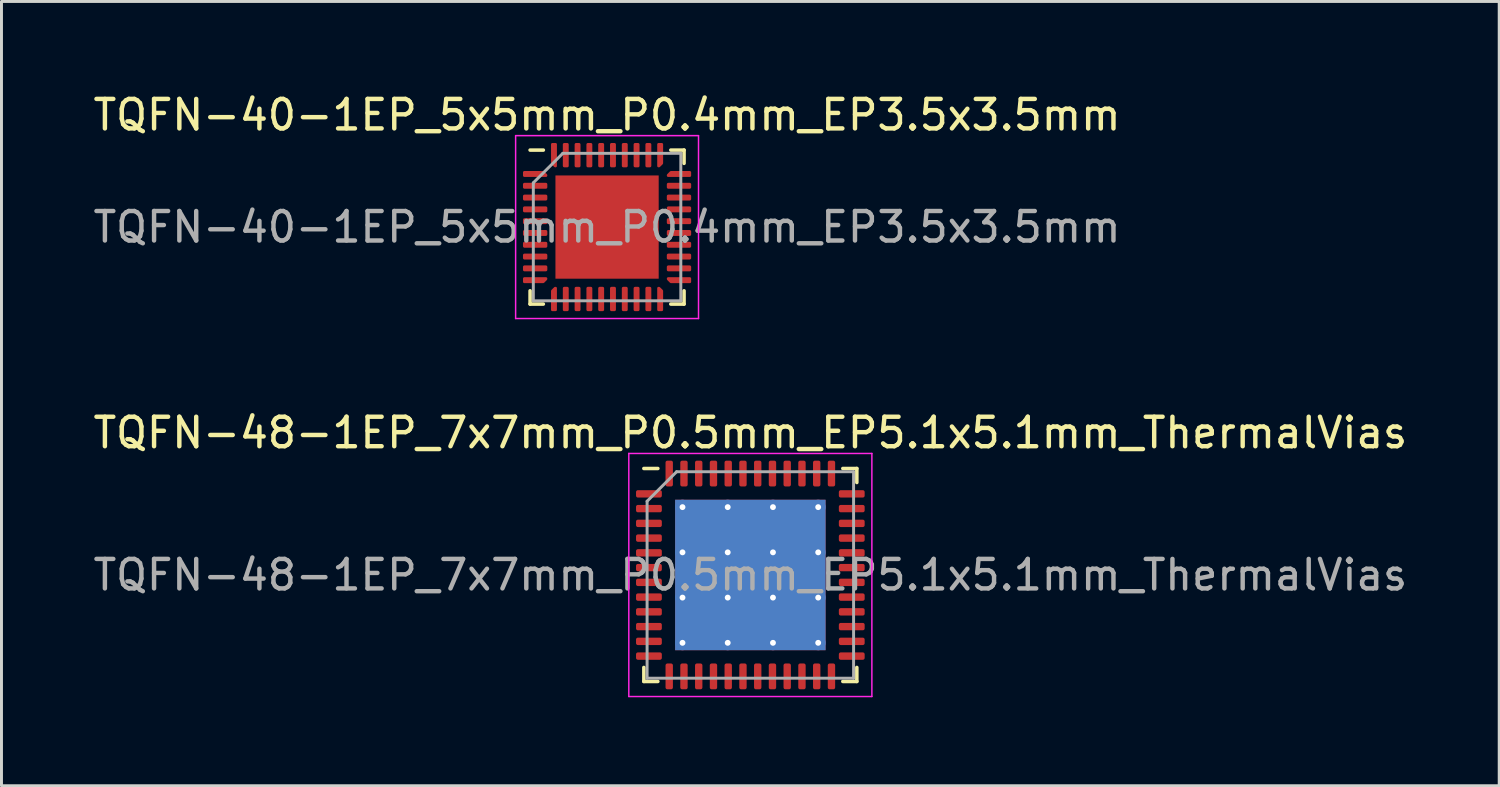
<source format=kicad_pcb>
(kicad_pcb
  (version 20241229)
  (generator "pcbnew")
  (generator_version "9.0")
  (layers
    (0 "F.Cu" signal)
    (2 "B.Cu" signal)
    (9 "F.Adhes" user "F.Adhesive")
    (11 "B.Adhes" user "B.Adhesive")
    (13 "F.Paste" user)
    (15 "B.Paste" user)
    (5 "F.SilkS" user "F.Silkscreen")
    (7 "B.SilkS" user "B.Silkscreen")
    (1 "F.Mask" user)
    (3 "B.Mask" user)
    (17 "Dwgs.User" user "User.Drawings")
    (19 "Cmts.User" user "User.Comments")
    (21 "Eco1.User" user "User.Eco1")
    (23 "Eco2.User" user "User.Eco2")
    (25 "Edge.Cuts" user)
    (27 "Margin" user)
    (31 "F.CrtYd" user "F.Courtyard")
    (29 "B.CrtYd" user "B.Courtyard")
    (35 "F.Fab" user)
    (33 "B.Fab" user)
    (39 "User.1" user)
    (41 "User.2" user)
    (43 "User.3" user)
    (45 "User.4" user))
  (footprint "TQFN-48-1EP_7x7mm_P0.5mm_EP5.1x5.1mm_ThermalVias"
    (layer "F.Cu")
    (at 22.387 16.442)
    (property "Reference" "TQFN-48-1EP_7x7mm_P0.5mm_EP5.1x5.1mm_ThermalVias" (at 0 -4.82 0) (layer "F.SilkS") (effects (font (size 1 1) (thickness 0.15))))
    (attr smd)
    (fp_line (start -3.61 3.61) (end -3.61 3.135) (stroke (width 0.12) (type solid)) (layer "F.SilkS"))
    (fp_line (start -3.135 -3.61) (end -3.61 -3.61) (stroke (width 0.12) (type solid)) (layer "F.SilkS"))
    (fp_line (start -3.135 3.61) (end -3.61 3.61) (stroke (width 0.12) (type solid)) (layer "F.SilkS"))
    (fp_line (start 3.135 -3.61) (end 3.61 -3.61) (stroke (width 0.12) (type solid)) (layer "F.SilkS"))
    (fp_line (start 3.135 3.61) (end 3.61 3.61) (stroke (width 0.12) (type solid)) (layer "F.SilkS"))
    (fp_line (start 3.61 -3.61) (end 3.61 -3.135) (stroke (width 0.12) (type solid)) (layer "F.SilkS"))
    (fp_line (start 3.61 3.61) (end 3.61 3.135) (stroke (width 0.12) (type solid)) (layer "F.SilkS"))
    (fp_line (start -4.12 -4.12) (end -4.12 4.12) (stroke (width 0.05) (type solid)) (layer "F.CrtYd"))
    (fp_line (start -4.12 4.12) (end 4.12 4.12) (stroke (width 0.05) (type solid)) (layer "F.CrtYd"))
    (fp_line (start 4.12 -4.12) (end -4.12 -4.12) (stroke (width 0.05) (type solid)) (layer "F.CrtYd"))
    (fp_line (start 4.12 4.12) (end 4.12 -4.12) (stroke (width 0.05) (type solid)) (layer "F.CrtYd"))
    (fp_line (start -3.5 -2.5) (end -2.5 -3.5) (stroke (width 0.1) (type solid)) (layer "F.Fab"))
    (fp_line (start -3.5 3.5) (end -3.5 -2.5) (stroke (width 0.1) (type solid)) (layer "F.Fab"))
    (fp_line (start -2.5 -3.5) (end 3.5 -3.5) (stroke (width 0.1) (type solid)) (layer "F.Fab"))
    (fp_line (start 3.5 -3.5) (end 3.5 3.5) (stroke (width 0.1) (type solid)) (layer "F.Fab"))
    (fp_line (start 3.5 3.5) (end -3.5 3.5) (stroke (width 0.1) (type solid)) (layer "F.Fab"))
    (fp_text user "${REFERENCE}" (at 0 0 0) (layer "F.Fab") (effects (font (size 1 1) (thickness 0.15))))
    (pad "" smd roundrect (at -1.7 -1.7) (size 1.47 1.47) (layers "F.Paste") (roundrect_rratio 0.17))
    (pad "" smd roundrect (at -1.7 0) (size 1.47 1.47) (layers "F.Paste") (roundrect_rratio 0.17))
    (pad "" smd roundrect (at -1.7 1.7) (size 1.47 1.47) (layers "F.Paste") (roundrect_rratio 0.17))
    (pad "" smd roundrect (at 0 -1.7) (size 1.47 1.47) (layers "F.Paste") (roundrect_rratio 0.17))
    (pad "" smd roundrect (at 0 0) (size 1.47 1.47) (layers "F.Paste") (roundrect_rratio 0.17))
    (pad "" smd roundrect (at 0 1.7) (size 1.47 1.47) (layers "F.Paste") (roundrect_rratio 0.17))
    (pad "" smd roundrect (at 1.7 -1.7) (size 1.47 1.47) (layers "F.Paste") (roundrect_rratio 0.17))
    (pad "" smd roundrect (at 1.7 0) (size 1.47 1.47) (layers "F.Paste") (roundrect_rratio 0.17))
    (pad "" smd roundrect (at 1.7 1.7) (size 1.47 1.47) (layers "F.Paste") (roundrect_rratio 0.17))
    (pad "1" smd roundrect (at -3.438 -2.75) (size 0.875 0.25) (layers "F.Cu" "F.Mask" "F.Paste") (roundrect_rratio 0.25))
    (pad "2" smd roundrect (at -3.438 -2.25) (size 0.875 0.25) (layers "F.Cu" "F.Mask" "F.Paste") (roundrect_rratio 0.25))
    (pad "3" smd roundrect (at -3.438 -1.75) (size 0.875 0.25) (layers "F.Cu" "F.Mask" "F.Paste") (roundrect_rratio 0.25))
    (pad "4" smd roundrect (at -3.438 -1.25) (size 0.875 0.25) (layers "F.Cu" "F.Mask" "F.Paste") (roundrect_rratio 0.25))
    (pad "5" smd roundrect (at -3.438 -0.75) (size 0.875 0.25) (layers "F.Cu" "F.Mask" "F.Paste") (roundrect_rratio 0.25))
    (pad "6" smd roundrect (at -3.438 -0.25) (size 0.875 0.25) (layers "F.Cu" "F.Mask" "F.Paste") (roundrect_rratio 0.25))
    (pad "7" smd roundrect (at -3.438 0.25) (size 0.875 0.25) (layers "F.Cu" "F.Mask" "F.Paste") (roundrect_rratio 0.25))
    (pad "8" smd roundrect (at -3.438 0.75) (size 0.875 0.25) (layers "F.Cu" "F.Mask" "F.Paste") (roundrect_rratio 0.25))
    (pad "9" smd roundrect (at -3.438 1.25) (size 0.875 0.25) (layers "F.Cu" "F.Mask" "F.Paste") (roundrect_rratio 0.25))
    (pad "10" smd roundrect (at -3.438 1.75) (size 0.875 0.25) (layers "F.Cu" "F.Mask" "F.Paste") (roundrect_rratio 0.25))
    (pad "11" smd roundrect (at -3.438 2.25) (size 0.875 0.25) (layers "F.Cu" "F.Mask" "F.Paste") (roundrect_rratio 0.25))
    (pad "12" smd roundrect (at -3.438 2.75) (size 0.875 0.25) (layers "F.Cu" "F.Mask" "F.Paste") (roundrect_rratio 0.25))
    (pad "13" smd roundrect (at -2.75 3.438) (size 0.25 0.875) (layers "F.Cu" "F.Mask" "F.Paste") (roundrect_rratio 0.25))
    (pad "14" smd roundrect (at -2.25 3.438) (size 0.25 0.875) (layers "F.Cu" "F.Mask" "F.Paste") (roundrect_rratio 0.25))
    (pad "15" smd roundrect (at -1.75 3.438) (size 0.25 0.875) (layers "F.Cu" "F.Mask" "F.Paste") (roundrect_rratio 0.25))
    (pad "16" smd roundrect (at -1.25 3.438) (size 0.25 0.875) (layers "F.Cu" "F.Mask" "F.Paste") (roundrect_rratio 0.25))
    (pad "17" smd roundrect (at -0.75 3.438) (size 0.25 0.875) (layers "F.Cu" "F.Mask" "F.Paste") (roundrect_rratio 0.25))
    (pad "18" smd roundrect (at -0.25 3.438) (size 0.25 0.875) (layers "F.Cu" "F.Mask" "F.Paste") (roundrect_rratio 0.25))
    (pad "19" smd roundrect (at 0.25 3.438) (size 0.25 0.875) (layers "F.Cu" "F.Mask" "F.Paste") (roundrect_rratio 0.25))
    (pad "20" smd roundrect (at 0.75 3.438) (size 0.25 0.875) (layers "F.Cu" "F.Mask" "F.Paste") (roundrect_rratio 0.25))
    (pad "21" smd roundrect (at 1.25 3.438) (size 0.25 0.875) (layers "F.Cu" "F.Mask" "F.Paste") (roundrect_rratio 0.25))
    (pad "22" smd roundrect (at 1.75 3.438) (size 0.25 0.875) (layers "F.Cu" "F.Mask" "F.Paste") (roundrect_rratio 0.25))
    (pad "23" smd roundrect (at 2.25 3.438) (size 0.25 0.875) (layers "F.Cu" "F.Mask" "F.Paste") (roundrect_rratio 0.25))
    (pad "24" smd roundrect (at 2.75 3.438) (size 0.25 0.875) (layers "F.Cu" "F.Mask" "F.Paste") (roundrect_rratio 0.25))
    (pad "25" smd roundrect (at 3.438 2.75) (size 0.875 0.25) (layers "F.Cu" "F.Mask" "F.Paste") (roundrect_rratio 0.25))
    (pad "26" smd roundrect (at 3.438 2.25) (size 0.875 0.25) (layers "F.Cu" "F.Mask" "F.Paste") (roundrect_rratio 0.25))
    (pad "27" smd roundrect (at 3.438 1.75) (size 0.875 0.25) (layers "F.Cu" "F.Mask" "F.Paste") (roundrect_rratio 0.25))
    (pad "28" smd roundrect (at 3.438 1.25) (size 0.875 0.25) (layers "F.Cu" "F.Mask" "F.Paste") (roundrect_rratio 0.25))
    (pad "29" smd roundrect (at 3.438 0.75) (size 0.875 0.25) (layers "F.Cu" "F.Mask" "F.Paste") (roundrect_rratio 0.25))
    (pad "30" smd roundrect (at 3.438 0.25) (size 0.875 0.25) (layers "F.Cu" "F.Mask" "F.Paste") (roundrect_rratio 0.25))
    (pad "31" smd roundrect (at 3.438 -0.25) (size 0.875 0.25) (layers "F.Cu" "F.Mask" "F.Paste") (roundrect_rratio 0.25))
    (pad "32" smd roundrect (at 3.438 -0.75) (size 0.875 0.25) (layers "F.Cu" "F.Mask" "F.Paste") (roundrect_rratio 0.25))
    (pad "33" smd roundrect (at 3.438 -1.25) (size 0.875 0.25) (layers "F.Cu" "F.Mask" "F.Paste") (roundrect_rratio 0.25))
    (pad "34" smd roundrect (at 3.438 -1.75) (size 0.875 0.25) (layers "F.Cu" "F.Mask" "F.Paste") (roundrect_rratio 0.25))
    (pad "35" smd roundrect (at 3.438 -2.25) (size 0.875 0.25) (layers "F.Cu" "F.Mask" "F.Paste") (roundrect_rratio 0.25))
    (pad "36" smd roundrect (at 3.438 -2.75) (size 0.875 0.25) (layers "F.Cu" "F.Mask" "F.Paste") (roundrect_rratio 0.25))
    (pad "37" smd roundrect (at 2.75 -3.438) (size 0.25 0.875) (layers "F.Cu" "F.Mask" "F.Paste") (roundrect_rratio 0.25))
    (pad "38" smd roundrect (at 2.25 -3.438) (size 0.25 0.875) (layers "F.Cu" "F.Mask" "F.Paste") (roundrect_rratio 0.25))
    (pad "39" smd roundrect (at 1.75 -3.438) (size 0.25 0.875) (layers "F.Cu" "F.Mask" "F.Paste") (roundrect_rratio 0.25))
    (pad "40" smd roundrect (at 1.25 -3.438) (size 0.25 0.875) (layers "F.Cu" "F.Mask" "F.Paste") (roundrect_rratio 0.25))
    (pad "41" smd roundrect (at 0.75 -3.438) (size 0.25 0.875) (layers "F.Cu" "F.Mask" "F.Paste") (roundrect_rratio 0.25))
    (pad "42" smd roundrect (at 0.25 -3.438) (size 0.25 0.875) (layers "F.Cu" "F.Mask" "F.Paste") (roundrect_rratio 0.25))
    (pad "43" smd roundrect (at -0.25 -3.438) (size 0.25 0.875) (layers "F.Cu" "F.Mask" "F.Paste") (roundrect_rratio 0.25))
    (pad "44" smd roundrect (at -0.75 -3.438) (size 0.25 0.875) (layers "F.Cu" "F.Mask" "F.Paste") (roundrect_rratio 0.25))
    (pad "45" smd roundrect (at -1.25 -3.438) (size 0.25 0.875) (layers "F.Cu" "F.Mask" "F.Paste") (roundrect_rratio 0.25))
    (pad "46" smd roundrect (at -1.75 -3.438) (size 0.25 0.875) (layers "F.Cu" "F.Mask" "F.Paste") (roundrect_rratio 0.25))
    (pad "47" smd roundrect (at -2.25 -3.438) (size 0.25 0.875) (layers "F.Cu" "F.Mask" "F.Paste") (roundrect_rratio 0.25))
    (pad "48" smd roundrect (at -2.75 -3.438) (size 0.25 0.875) (layers "F.Cu" "F.Mask" "F.Paste") (roundrect_rratio 0.25))
    (pad "49" thru_hole circle (at -2.3 -2.3) (size 0.5 0.5) (drill 0.2) (layers "*.Cu"))
    (pad "49" thru_hole circle (at -2.3 -0.767) (size 0.5 0.5) (drill 0.2) (layers "*.Cu"))
    (pad "49" thru_hole circle (at -2.3 0.767) (size 0.5 0.5) (drill 0.2) (layers "*.Cu"))
    (pad "49" thru_hole circle (at -2.3 2.3) (size 0.5 0.5) (drill 0.2) (layers "*.Cu"))
    (pad "49" thru_hole circle (at -0.767 -2.3) (size 0.5 0.5) (drill 0.2) (layers "*.Cu"))
    (pad "49" thru_hole circle (at -0.767 -0.767) (size 0.5 0.5) (drill 0.2) (layers "*.Cu"))
    (pad "49" thru_hole circle (at -0.767 0.767) (size 0.5 0.5) (drill 0.2) (layers "*.Cu"))
    (pad "49" thru_hole circle (at -0.767 2.3) (size 0.5 0.5) (drill 0.2) (layers "*.Cu"))
    (pad "49" smd rect (at 0 0) (size 5.1 5.1) (layers "F.Cu" "F.Mask"))
    (pad "49" smd rect (at 0 0) (size 5.1 5.1) (layers "B.Cu"))
    (pad "49" thru_hole circle (at 0.767 -2.3) (size 0.5 0.5) (drill 0.2) (layers "*.Cu"))
    (pad "49" thru_hole circle (at 0.767 -0.767) (size 0.5 0.5) (drill 0.2) (layers "*.Cu"))
    (pad "49" thru_hole circle (at 0.767 0.767) (size 0.5 0.5) (drill 0.2) (layers "*.Cu"))
    (pad "49" thru_hole circle (at 0.767 2.3) (size 0.5 0.5) (drill 0.2) (layers "*.Cu"))
    (pad "49" thru_hole circle (at 2.3 -2.3) (size 0.5 0.5) (drill 0.2) (layers "*.Cu"))
    (pad "49" thru_hole circle (at 2.3 -0.767) (size 0.5 0.5) (drill 0.2) (layers "*.Cu"))
    (pad "49" thru_hole circle (at 2.3 0.767) (size 0.5 0.5) (drill 0.2) (layers "*.Cu"))
    (pad "49" thru_hole circle (at 2.3 2.3) (size 0.5 0.5) (drill 0.2) (layers "*.Cu")))
  (footprint "TQFN-40-1EP_5x5mm_P0.4mm_EP3.5x3.5mm"
    (layer "F.Cu")
    (at 17.53 4.648)
    (property "Reference" "TQFN-40-1EP_5x5mm_P0.4mm_EP3.5x3.5mm" (at 0 -3.8 0) (layer "F.SilkS") (effects (font (size 1 1) (thickness 0.15))))
    (attr smd)
    (fp_line (start -2.61 2.61) (end -2.61 2.16) (stroke (width 0.12) (type solid)) (layer "F.SilkS"))
    (fp_line (start -2.16 -2.61) (end -2.61 -2.61) (stroke (width 0.12) (type solid)) (layer "F.SilkS"))
    (fp_line (start -2.16 2.61) (end -2.61 2.61) (stroke (width 0.12) (type solid)) (layer "F.SilkS"))
    (fp_line (start 2.16 -2.61) (end 2.61 -2.61) (stroke (width 0.12) (type solid)) (layer "F.SilkS"))
    (fp_line (start 2.16 2.61) (end 2.61 2.61) (stroke (width 0.12) (type solid)) (layer "F.SilkS"))
    (fp_line (start 2.61 -2.61) (end 2.61 -2.16) (stroke (width 0.12) (type solid)) (layer "F.SilkS"))
    (fp_line (start 2.61 2.61) (end 2.61 2.16) (stroke (width 0.12) (type solid)) (layer "F.SilkS"))
    (fp_line (start -3.1 -3.1) (end -3.1 3.1) (stroke (width 0.05) (type solid)) (layer "F.CrtYd"))
    (fp_line (start -3.1 3.1) (end 3.1 3.1) (stroke (width 0.05) (type solid)) (layer "F.CrtYd"))
    (fp_line (start 3.1 -3.1) (end -3.1 -3.1) (stroke (width 0.05) (type solid)) (layer "F.CrtYd"))
    (fp_line (start 3.1 3.1) (end 3.1 -3.1) (stroke (width 0.05) (type solid)) (layer "F.CrtYd"))
    (fp_line (start -2.5 -1.5) (end -1.5 -2.5) (stroke (width 0.1) (type solid)) (layer "F.Fab"))
    (fp_line (start -2.5 2.5) (end -2.5 -1.5) (stroke (width 0.1) (type solid)) (layer "F.Fab"))
    (fp_line (start -1.5 -2.5) (end 2.5 -2.5) (stroke (width 0.1) (type solid)) (layer "F.Fab"))
    (fp_line (start 2.5 -2.5) (end 2.5 2.5) (stroke (width 0.1) (type solid)) (layer "F.Fab"))
    (fp_line (start 2.5 2.5) (end -2.5 2.5) (stroke (width 0.1) (type solid)) (layer "F.Fab"))
    (fp_text user "${REFERENCE}" (at 0 0 0) (layer "F.Fab") (effects (font (size 1 1) (thickness 0.15))))
    (pad "" smd roundrect (at -0.875 -0.875) (size 1.41 1.41) (layers "F.Paste") (roundrect_rratio 0.177))
    (pad "" smd roundrect (at -0.875 0.875) (size 1.41 1.41) (layers "F.Paste") (roundrect_rratio 0.177))
    (pad "" smd roundrect (at 0.875 -0.875) (size 1.41 1.41) (layers "F.Paste") (roundrect_rratio 0.177))
    (pad "" smd roundrect (at 0.875 0.875) (size 1.41 1.41) (layers "F.Paste") (roundrect_rratio 0.177))
    (pad "1" smd custom (at -2.438 -1.8) (size 0.115 0.115) (layers "F.Cu" "F.Mask" "F.Paste") (options (anchor circle)) (primitives (gr_poly (pts (xy -0.372 -0.06) (xy 0.276 -0.06) (xy 0.372 0.037) (xy 0.372 0.06) (xy -0.372 0.06)) (width 0.08) (fill yes))))
    (pad "2" smd roundrect (at -2.438 -1.4) (size 0.825 0.2) (layers "F.Cu" "F.Mask" "F.Paste") (roundrect_rratio 0.25))
    (pad "3" smd roundrect (at -2.438 -1) (size 0.825 0.2) (layers "F.Cu" "F.Mask" "F.Paste") (roundrect_rratio 0.25))
    (pad "4" smd roundrect (at -2.438 -0.6) (size 0.825 0.2) (layers "F.Cu" "F.Mask" "F.Paste") (roundrect_rratio 0.25))
    (pad "5" smd roundrect (at -2.438 -0.2) (size 0.825 0.2) (layers "F.Cu" "F.Mask" "F.Paste") (roundrect_rratio 0.25))
    (pad "6" smd roundrect (at -2.438 0.2) (size 0.825 0.2) (layers "F.Cu" "F.Mask" "F.Paste") (roundrect_rratio 0.25))
    (pad "7" smd roundrect (at -2.438 0.6) (size 0.825 0.2) (layers "F.Cu" "F.Mask" "F.Paste") (roundrect_rratio 0.25))
    (pad "8" smd roundrect (at -2.438 1) (size 0.825 0.2) (layers "F.Cu" "F.Mask" "F.Paste") (roundrect_rratio 0.25))
    (pad "9" smd roundrect (at -2.438 1.4) (size 0.825 0.2) (layers "F.Cu" "F.Mask" "F.Paste") (roundrect_rratio 0.25))
    (pad "10" smd custom (at -2.438 1.8) (size 0.115 0.115) (layers "F.Cu" "F.Mask" "F.Paste") (options (anchor circle)) (primitives (gr_poly (pts (xy -0.372 -0.06) (xy 0.372 -0.06) (xy 0.372 -0.037) (xy 0.276 0.06) (xy -0.372 0.06)) (width 0.08) (fill yes))))
    (pad "11" smd custom (at -1.8 2.438) (size 0.115 0.115) (layers "F.Cu" "F.Mask" "F.Paste") (options (anchor circle)) (primitives (gr_poly (pts (xy -0.06 -0.276) (xy 0.037 -0.372) (xy 0.06 -0.372) (xy 0.06 0.372) (xy -0.06 0.372)) (width 0.08) (fill yes))))
    (pad "12" smd roundrect (at -1.4 2.438) (size 0.2 0.825) (layers "F.Cu" "F.Mask" "F.Paste") (roundrect_rratio 0.25))
    (pad "13" smd roundrect (at -1 2.438) (size 0.2 0.825) (layers "F.Cu" "F.Mask" "F.Paste") (roundrect_rratio 0.25))
    (pad "14" smd roundrect (at -0.6 2.438) (size 0.2 0.825) (layers "F.Cu" "F.Mask" "F.Paste") (roundrect_rratio 0.25))
    (pad "15" smd roundrect (at -0.2 2.438) (size 0.2 0.825) (layers "F.Cu" "F.Mask" "F.Paste") (roundrect_rratio 0.25))
    (pad "16" smd roundrect (at 0.2 2.438) (size 0.2 0.825) (layers "F.Cu" "F.Mask" "F.Paste") (roundrect_rratio 0.25))
    (pad "17" smd roundrect (at 0.6 2.438) (size 0.2 0.825) (layers "F.Cu" "F.Mask" "F.Paste") (roundrect_rratio 0.25))
    (pad "18" smd roundrect (at 1 2.438) (size 0.2 0.825) (layers "F.Cu" "F.Mask" "F.Paste") (roundrect_rratio 0.25))
    (pad "19" smd roundrect (at 1.4 2.438) (size 0.2 0.825) (layers "F.Cu" "F.Mask" "F.Paste") (roundrect_rratio 0.25))
    (pad "20" smd custom (at 1.8 2.438) (size 0.115 0.115) (layers "F.Cu" "F.Mask" "F.Paste") (options (anchor circle)) (primitives (gr_poly (pts (xy -0.06 -0.372) (xy -0.037 -0.372) (xy 0.06 -0.276) (xy 0.06 0.372) (xy -0.06 0.372)) (width 0.08) (fill yes))))
    (pad "21" smd custom (at 2.438 1.8) (size 0.115 0.115) (layers "F.Cu" "F.Mask" "F.Paste") (options (anchor circle)) (primitives (gr_poly (pts (xy -0.372 -0.06) (xy 0.372 -0.06) (xy 0.372 0.06) (xy -0.276 0.06) (xy -0.372 -0.037)) (width 0.08) (fill yes))))
    (pad "22" smd roundrect (at 2.438 1.4) (size 0.825 0.2) (layers "F.Cu" "F.Mask" "F.Paste") (roundrect_rratio 0.25))
    (pad "23" smd roundrect (at 2.438 1) (size 0.825 0.2) (layers "F.Cu" "F.Mask" "F.Paste") (roundrect_rratio 0.25))
    (pad "24" smd roundrect (at 2.438 0.6) (size 0.825 0.2) (layers "F.Cu" "F.Mask" "F.Paste") (roundrect_rratio 0.25))
    (pad "25" smd roundrect (at 2.438 0.2) (size 0.825 0.2) (layers "F.Cu" "F.Mask" "F.Paste") (roundrect_rratio 0.25))
    (pad "26" smd roundrect (at 2.438 -0.2) (size 0.825 0.2) (layers "F.Cu" "F.Mask" "F.Paste") (roundrect_rratio 0.25))
    (pad "27" smd roundrect (at 2.438 -0.6) (size 0.825 0.2) (layers "F.Cu" "F.Mask" "F.Paste") (roundrect_rratio 0.25))
    (pad "28" smd roundrect (at 2.438 -1) (size 0.825 0.2) (layers "F.Cu" "F.Mask" "F.Paste") (roundrect_rratio 0.25))
    (pad "29" smd roundrect (at 2.438 -1.4) (size 0.825 0.2) (layers "F.Cu" "F.Mask" "F.Paste") (roundrect_rratio 0.25))
    (pad "30" smd custom (at 2.438 -1.8) (size 0.115 0.115) (layers "F.Cu" "F.Mask" "F.Paste") (options (anchor circle)) (primitives (gr_poly (pts (xy -0.372 0.037) (xy -0.276 -0.06) (xy 0.372 -0.06) (xy 0.372 0.06) (xy -0.372 0.06)) (width 0.08) (fill yes))))
    (pad "31" smd custom (at 1.8 -2.438) (size 0.115 0.115) (layers "F.Cu" "F.Mask" "F.Paste") (options (anchor circle)) (primitives (gr_poly (pts (xy -0.06 -0.372) (xy 0.06 -0.372) (xy 0.06 0.276) (xy -0.037 0.372) (xy -0.06 0.372)) (width 0.08) (fill yes))))
    (pad "32" smd roundrect (at 1.4 -2.438) (size 0.2 0.825) (layers "F.Cu" "F.Mask" "F.Paste") (roundrect_rratio 0.25))
    (pad "33" smd roundrect (at 1 -2.438) (size 0.2 0.825) (layers "F.Cu" "F.Mask" "F.Paste") (roundrect_rratio 0.25))
    (pad "34" smd roundrect (at 0.6 -2.438) (size 0.2 0.825) (layers "F.Cu" "F.Mask" "F.Paste") (roundrect_rratio 0.25))
    (pad "35" smd roundrect (at 0.2 -2.438) (size 0.2 0.825) (layers "F.Cu" "F.Mask" "F.Paste") (roundrect_rratio 0.25))
    (pad "36" smd roundrect (at -0.2 -2.438) (size 0.2 0.825) (layers "F.Cu" "F.Mask" "F.Paste") (roundrect_rratio 0.25))
    (pad "37" smd roundrect (at -0.6 -2.438) (size 0.2 0.825) (layers "F.Cu" "F.Mask" "F.Paste") (roundrect_rratio 0.25))
    (pad "38" smd roundrect (at -1 -2.438) (size 0.2 0.825) (layers "F.Cu" "F.Mask" "F.Paste") (roundrect_rratio 0.25))
    (pad "39" smd roundrect (at -1.4 -2.438) (size 0.2 0.825) (layers "F.Cu" "F.Mask" "F.Paste") (roundrect_rratio 0.25))
    (pad "40" smd custom (at -1.8 -2.438) (size 0.115 0.115) (layers "F.Cu" "F.Mask" "F.Paste") (options (anchor circle)) (primitives (gr_poly (pts (xy -0.06 -0.372) (xy 0.06 -0.372) (xy 0.06 0.372) (xy 0.037 0.372) (xy -0.06 0.276)) (width 0.08) (fill yes))))
    (pad "41" smd rect (at 0 0) (size 3.5 3.5) (layers "F.Cu" "F.Mask")))
  (gr_rect
    (start -3 -3)
    (end 47.774 23.587)
    (stroke (width 0.1) (type default))
    (fill no)
    (layer "Edge.Cuts")))
</source>
